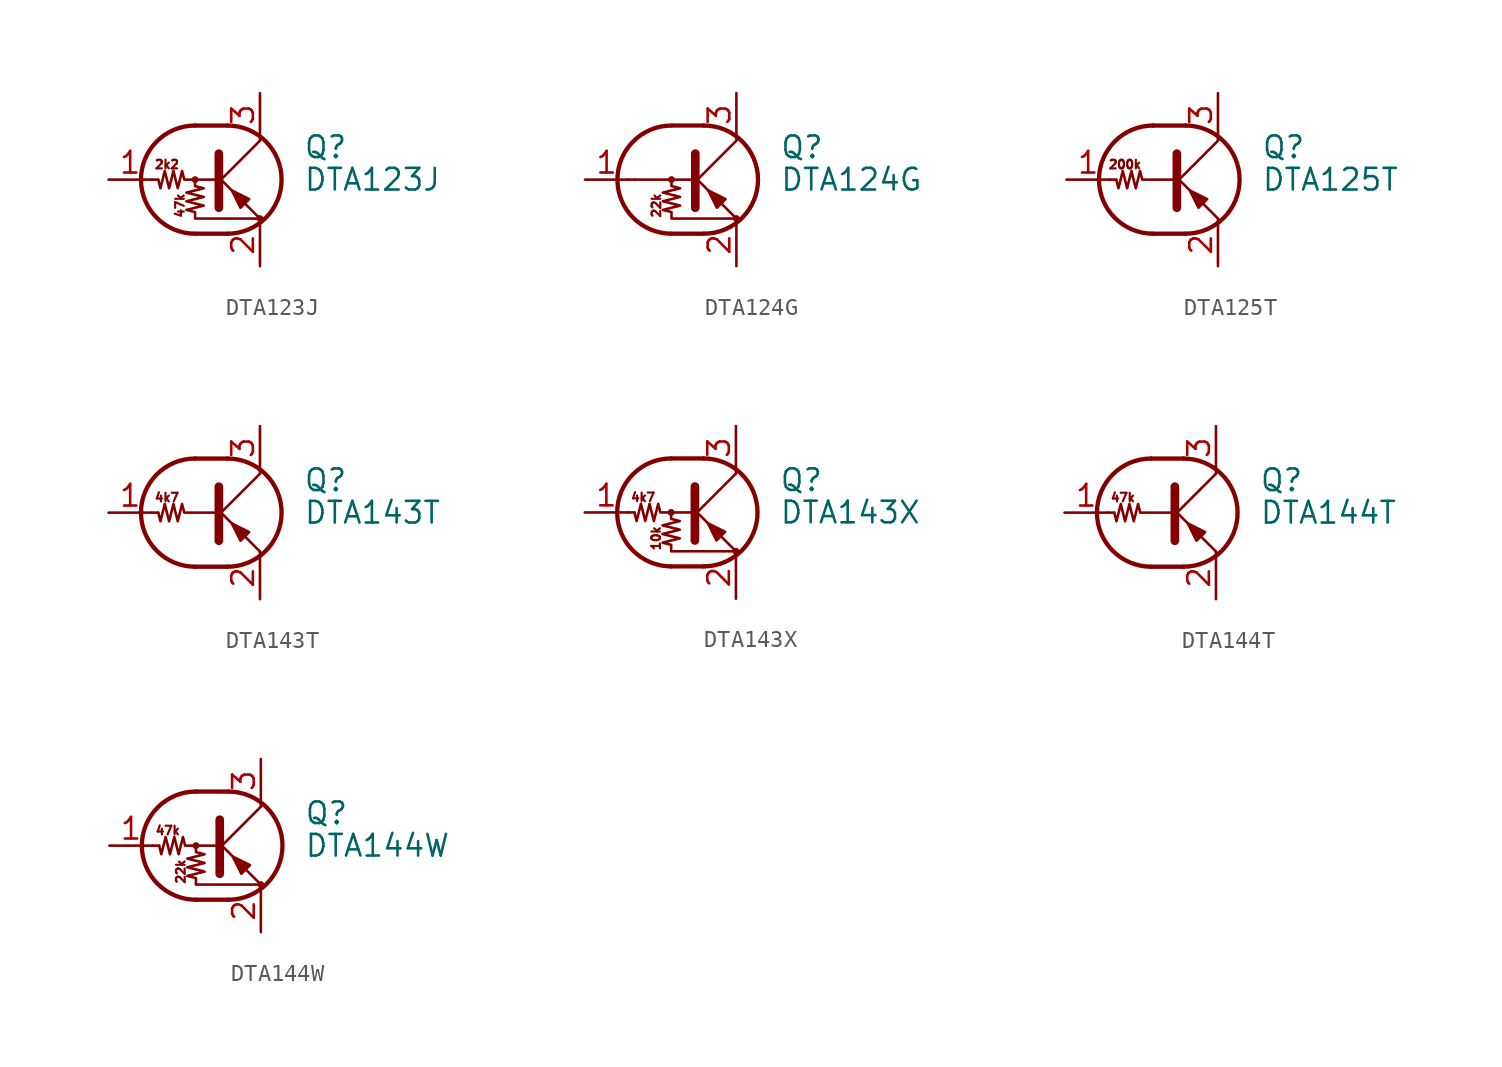
<source format=kicad_sym>
(kicad_symbol_lib
  (version 20220914)
  (generator kicad_symbol_editor)
  (symbol "DTA123J"
    (pin_names
      (offset 0) hide)
    (property "Reference" "Q"
      (at 5.08 1.905 0)
      (effects (font (size 1.27 1.27)) (justify left)))
    (property "Value" "DTA123J"
      (at 5.08 0 0)
      (effects (font (size 1.27 1.27)) (justify left)))
    (symbol "DTA123J_0_0"
      (text "2k2" (at -2.921 0.889 0) (effects (font (size 0.508 0.508))))
      (text "47k" (at -2.159 -1.524 900) (effects (font (size 0.508 0.508)))))
    (symbol "DTA123J_0_1"
      (circle (center -1.27 0) (radius 0.127) (stroke (width 0) (type default)) (fill (type none)))
      (arc (start -1.27 3.175) (mid -4.4312 0) (end -1.27 -3.175) (stroke (width 0.254) (type default)) (fill (type none)))
      (polyline (pts (xy -3.429 0) (xy -3.81 0)) (stroke (width 0) (type default)) (fill (type none)))
      (polyline (pts (xy -1.27 -3.175) (xy 0.635 -3.175)) (stroke (width 0.254) (type default)) (fill (type none)))
      (polyline (pts (xy -1.27 3.175) (xy 0.635 3.175)) (stroke (width 0.254) (type default)) (fill (type none)))
      (polyline (pts (xy 0 -0.254) (xy 2.54 2.286)) (stroke (width 0) (type default)) (fill (type none)))
      (polyline (pts (xy 0.127 1.524) (xy 0.127 -1.651)) (stroke (width 0.508) (type default)) (fill (type outline)))
      (polyline (pts (xy 2.54 2.286) (xy 2.54 2.54)) (stroke (width 0) (type default)) (fill (type none)))
      (polyline (pts (xy 2.54 -2.286) (xy 0 0.254) (xy 0 0.254)) (stroke (width 0) (type default)) (fill (type none)))
      (polyline (pts (xy 1.397 -1.651) (xy 1.905 -1.143) (xy 0.889 -0.635) (xy 1.397 -1.651)) (stroke (width 0) (type default)) (fill (type outline)))
      (polyline (pts (xy 0 0) (xy -1.905 0) (xy -2.032 0.508) (xy -2.286 -0.508) (xy -2.54 0.508) (xy -2.794 -0.508) (xy -3.048 0.508) (xy -3.302 -0.508) (xy -3.429 0)) (stroke (width 0) (type default)) (fill (type none)))
      (polyline (pts (xy -1.27 0) (xy -1.27 -0.381) (xy -0.762 -0.508) (xy -1.778 -0.762) (xy -0.762 -1.016) (xy -1.778 -1.27) (xy -0.762 -1.524) (xy -1.778 -1.778) (xy -1.27 -1.905) (xy -1.27 -2.286) (xy 2.54 -2.286)) (stroke (width 0) (type default)) (fill (type none)))
      (arc (start 0.635 -3.175) (mid 3.7962 0) (end 0.635 3.175) (stroke (width 0.254) (type default)) (fill (type none)))
      (circle (center 2.54 -2.286) (radius 0.127) (stroke (width 0) (type default)) (fill (type none))))
    (symbol "DTA123J_1_1"
      (pin input line (at -6.35 0 0) (length 2.54) (name "B" (effects (font (size 1.27 1.27)))) (number "1" (effects (font (size 1.27 1.27)))))
      (pin passive line (at 2.54 -5.08 90) (length 2.54) (name "E" (effects (font (size 1.27 1.27)))) (number "2" (effects (font (size 1.27 1.27)))))
      (pin passive line (at 2.54 5.08 270) (length 2.54) (name "C" (effects (font (size 1.27 1.27)))) (number "3" (effects (font (size 1.27 1.27)))))))
  (symbol "DTA124G"
    (pin_names
      (offset 0) hide)
    (property "Reference" "Q"
      (at 5.08 1.905 0)
      (effects (font (size 1.27 1.27)) (justify left)))
    (property "Value" "DTA124G"
      (at 5.08 0 0)
      (effects (font (size 1.27 1.27)) (justify left)))
    (symbol "DTA124G_0_0"
      (polyline (pts (xy -3.429 0) (xy 0 0)) (stroke (width 0) (type default)) (fill (type none)))
      (text "22k" (at -2.159 -1.524 900) (effects (font (size 0.508 0.508)))))
    (symbol "DTA124G_0_1"
      (circle (center -1.27 0) (radius 0.127) (stroke (width 0) (type default)) (fill (type none)))
      (arc (start -1.27 3.175) (mid -4.4312 0) (end -1.27 -3.175) (stroke (width 0.254) (type default)) (fill (type none)))
      (polyline (pts (xy -3.429 0) (xy -3.81 0)) (stroke (width 0) (type default)) (fill (type none)))
      (polyline (pts (xy -1.27 -3.175) (xy 0.635 -3.175)) (stroke (width 0.254) (type default)) (fill (type none)))
      (polyline (pts (xy -1.27 3.175) (xy 0.635 3.175)) (stroke (width 0.254) (type default)) (fill (type none)))
      (polyline (pts (xy 0 -0.254) (xy 2.54 2.286)) (stroke (width 0) (type default)) (fill (type none)))
      (polyline (pts (xy 0.127 1.524) (xy 0.127 -1.651)) (stroke (width 0.508) (type default)) (fill (type outline)))
      (polyline (pts (xy 2.54 2.286) (xy 2.54 2.54)) (stroke (width 0) (type default)) (fill (type none)))
      (polyline (pts (xy 2.54 -2.286) (xy 0 0.254) (xy 0 0.254)) (stroke (width 0) (type default)) (fill (type none)))
      (polyline (pts (xy 1.397 -1.651) (xy 1.905 -1.143) (xy 0.889 -0.635) (xy 1.397 -1.651)) (stroke (width 0) (type default)) (fill (type outline)))
      (polyline (pts (xy -1.27 0) (xy -1.27 -0.381) (xy -0.762 -0.508) (xy -1.778 -0.762) (xy -0.762 -1.016) (xy -1.778 -1.27) (xy -0.762 -1.524) (xy -1.778 -1.778) (xy -1.27 -1.905) (xy -1.27 -2.286) (xy 2.54 -2.286)) (stroke (width 0) (type default)) (fill (type none)))
      (arc (start 0.635 -3.175) (mid 3.7962 0) (end 0.635 3.175) (stroke (width 0.254) (type default)) (fill (type none)))
      (circle (center 2.54 -2.286) (radius 0.127) (stroke (width 0) (type default)) (fill (type none))))
    (symbol "DTA124G_1_1"
      (pin input line (at -6.35 0 0) (length 2.54) (name "B" (effects (font (size 1.27 1.27)))) (number "1" (effects (font (size 1.27 1.27)))))
      (pin passive line (at 2.54 -5.08 90) (length 2.54) (name "E" (effects (font (size 1.27 1.27)))) (number "2" (effects (font (size 1.27 1.27)))))
      (pin passive line (at 2.54 5.08 270) (length 2.54) (name "C" (effects (font (size 1.27 1.27)))) (number "3" (effects (font (size 1.27 1.27)))))))
  (symbol "DTA125T"
    (pin_names
      (offset 0) hide)
    (property "Reference" "Q"
      (at 5.08 1.905 0)
      (effects (font (size 1.27 1.27)) (justify left)))
    (property "Value" "DTA125T"
      (at 5.08 0 0)
      (effects (font (size 1.27 1.27)) (justify left)))
    (symbol "DTA125T_0_0"
      (polyline (pts (xy 2.54 -2.286) (xy 2.54 -2.54)) (stroke (width 0) (type default)) (fill (type none)))
      (text "200k" (at -2.921 0.889 0) (effects (font (size 0.508 0.508)))))
    (symbol "DTA125T_0_1"
      (arc (start -1.27 3.175) (mid -4.4312 0) (end -1.27 -3.175) (stroke (width 0.254) (type default)) (fill (type none)))
      (polyline (pts (xy -3.429 0) (xy -3.81 0)) (stroke (width 0) (type default)) (fill (type none)))
      (polyline (pts (xy -1.27 -3.175) (xy 0.635 -3.175)) (stroke (width 0.254) (type default)) (fill (type none)))
      (polyline (pts (xy -1.27 3.175) (xy 0.635 3.175)) (stroke (width 0.254) (type default)) (fill (type none)))
      (polyline (pts (xy 0 -0.254) (xy 2.54 2.286)) (stroke (width 0) (type default)) (fill (type none)))
      (polyline (pts (xy 0.127 1.524) (xy 0.127 -1.651)) (stroke (width 0.508) (type default)) (fill (type outline)))
      (polyline (pts (xy 2.54 2.286) (xy 2.54 2.54)) (stroke (width 0) (type default)) (fill (type none)))
      (polyline (pts (xy 2.54 -2.286) (xy 0 0.254) (xy 0 0.254)) (stroke (width 0) (type default)) (fill (type none)))
      (polyline (pts (xy 1.397 -1.651) (xy 1.905 -1.143) (xy 0.889 -0.635) (xy 1.397 -1.651)) (stroke (width 0) (type default)) (fill (type outline)))
      (polyline (pts (xy 0 0) (xy -1.905 0) (xy -2.032 0.508) (xy -2.286 -0.508) (xy -2.54 0.508) (xy -2.794 -0.508) (xy -3.048 0.508) (xy -3.302 -0.508) (xy -3.429 0)) (stroke (width 0) (type default)) (fill (type none)))
      (arc (start 0.635 -3.175) (mid 3.7962 0) (end 0.635 3.175) (stroke (width 0.254) (type default)) (fill (type none))))
    (symbol "DTA125T_1_1"
      (pin input line (at -6.35 0 0) (length 2.54) (name "B" (effects (font (size 1.27 1.27)))) (number "1" (effects (font (size 1.27 1.27)))))
      (pin passive line (at 2.54 -5.08 90) (length 2.54) (name "E" (effects (font (size 1.27 1.27)))) (number "2" (effects (font (size 1.27 1.27)))))
      (pin passive line (at 2.54 5.08 270) (length 2.54) (name "C" (effects (font (size 1.27 1.27)))) (number "3" (effects (font (size 1.27 1.27)))))))
  (symbol "DTA143T"
    (pin_names
      (offset 0) hide)
    (property "Reference" "Q"
      (at 5.08 1.905 0)
      (effects (font (size 1.27 1.27)) (justify left)))
    (property "Value" "DTA143T"
      (at 5.08 0 0)
      (effects (font (size 1.27 1.27)) (justify left)))
    (symbol "DTA143T_0_0"
      (polyline (pts (xy 2.54 -2.286) (xy 2.54 -2.54)) (stroke (width 0) (type default)) (fill (type none)))
      (text "4k7" (at -2.921 0.889 0) (effects (font (size 0.508 0.508)))))
    (symbol "DTA143T_0_1"
      (arc (start -1.27 3.175) (mid -4.4312 0) (end -1.27 -3.175) (stroke (width 0.254) (type default)) (fill (type none)))
      (polyline (pts (xy -3.429 0) (xy -3.81 0)) (stroke (width 0) (type default)) (fill (type none)))
      (polyline (pts (xy -1.27 -3.175) (xy 0.635 -3.175)) (stroke (width 0.254) (type default)) (fill (type none)))
      (polyline (pts (xy -1.27 3.175) (xy 0.635 3.175)) (stroke (width 0.254) (type default)) (fill (type none)))
      (polyline (pts (xy 0 -0.254) (xy 2.54 2.286)) (stroke (width 0) (type default)) (fill (type none)))
      (polyline (pts (xy 0.127 1.524) (xy 0.127 -1.651)) (stroke (width 0.508) (type default)) (fill (type outline)))
      (polyline (pts (xy 2.54 2.286) (xy 2.54 2.54)) (stroke (width 0) (type default)) (fill (type none)))
      (polyline (pts (xy 2.54 -2.286) (xy 0 0.254) (xy 0 0.254)) (stroke (width 0) (type default)) (fill (type none)))
      (polyline (pts (xy 1.397 -1.651) (xy 1.905 -1.143) (xy 0.889 -0.635) (xy 1.397 -1.651)) (stroke (width 0) (type default)) (fill (type outline)))
      (polyline (pts (xy 0 0) (xy -1.905 0) (xy -2.032 0.508) (xy -2.286 -0.508) (xy -2.54 0.508) (xy -2.794 -0.508) (xy -3.048 0.508) (xy -3.302 -0.508) (xy -3.429 0)) (stroke (width 0) (type default)) (fill (type none)))
      (arc (start 0.635 -3.175) (mid 3.7962 0) (end 0.635 3.175) (stroke (width 0.254) (type default)) (fill (type none))))
    (symbol "DTA143T_1_1"
      (pin input line (at -6.35 0 0) (length 2.54) (name "B" (effects (font (size 1.27 1.27)))) (number "1" (effects (font (size 1.27 1.27)))))
      (pin passive line (at 2.54 -5.08 90) (length 2.54) (name "E" (effects (font (size 1.27 1.27)))) (number "2" (effects (font (size 1.27 1.27)))))
      (pin passive line (at 2.54 5.08 270) (length 2.54) (name "C" (effects (font (size 1.27 1.27)))) (number "3" (effects (font (size 1.27 1.27)))))))
  (symbol "DTA143X"
    (pin_names
      (offset 0) hide)
    (property "Reference" "Q"
      (at 5.08 1.905 0)
      (effects (font (size 1.27 1.27)) (justify left)))
    (property "Value" "DTA143X"
      (at 5.08 0 0)
      (effects (font (size 1.27 1.27)) (justify left)))
    (symbol "DTA143X_0_0"
      (text "10k" (at -2.159 -1.524 900) (effects (font (size 0.508 0.508))))
      (text "4k7" (at -2.921 0.889 0) (effects (font (size 0.508 0.508)))))
    (symbol "DTA143X_0_1"
      (circle (center -1.27 0) (radius 0.127) (stroke (width 0) (type default)) (fill (type none)))
      (arc (start -1.27 3.175) (mid -4.4312 0) (end -1.27 -3.175) (stroke (width 0.254) (type default)) (fill (type none)))
      (polyline (pts (xy -3.429 0) (xy -3.81 0)) (stroke (width 0) (type default)) (fill (type none)))
      (polyline (pts (xy -1.27 -3.175) (xy 0.635 -3.175)) (stroke (width 0.254) (type default)) (fill (type none)))
      (polyline (pts (xy -1.27 3.175) (xy 0.635 3.175)) (stroke (width 0.254) (type default)) (fill (type none)))
      (polyline (pts (xy 0 -0.254) (xy 2.54 2.286)) (stroke (width 0) (type default)) (fill (type none)))
      (polyline (pts (xy 0.127 1.524) (xy 0.127 -1.651)) (stroke (width 0.508) (type default)) (fill (type outline)))
      (polyline (pts (xy 2.54 2.286) (xy 2.54 2.54)) (stroke (width 0) (type default)) (fill (type none)))
      (polyline (pts (xy 2.54 -2.286) (xy 0 0.254) (xy 0 0.254)) (stroke (width 0) (type default)) (fill (type none)))
      (polyline (pts (xy 1.397 -1.651) (xy 1.905 -1.143) (xy 0.889 -0.635) (xy 1.397 -1.651)) (stroke (width 0) (type default)) (fill (type outline)))
      (polyline (pts (xy 0 0) (xy -1.905 0) (xy -2.032 0.508) (xy -2.286 -0.508) (xy -2.54 0.508) (xy -2.794 -0.508) (xy -3.048 0.508) (xy -3.302 -0.508) (xy -3.429 0)) (stroke (width 0) (type default)) (fill (type none)))
      (polyline (pts (xy -1.27 0) (xy -1.27 -0.381) (xy -0.762 -0.508) (xy -1.778 -0.762) (xy -0.762 -1.016) (xy -1.778 -1.27) (xy -0.762 -1.524) (xy -1.778 -1.778) (xy -1.27 -1.905) (xy -1.27 -2.286) (xy 2.54 -2.286)) (stroke (width 0) (type default)) (fill (type none)))
      (arc (start 0.635 -3.175) (mid 3.7962 0) (end 0.635 3.175) (stroke (width 0.254) (type default)) (fill (type none)))
      (circle (center 2.54 -2.286) (radius 0.127) (stroke (width 0) (type default)) (fill (type none))))
    (symbol "DTA143X_1_1"
      (pin input line (at -6.35 0 0) (length 2.54) (name "B" (effects (font (size 1.27 1.27)))) (number "1" (effects (font (size 1.27 1.27)))))
      (pin passive line (at 2.54 -5.08 90) (length 2.54) (name "E" (effects (font (size 1.27 1.27)))) (number "2" (effects (font (size 1.27 1.27)))))
      (pin passive line (at 2.54 5.08 270) (length 2.54) (name "C" (effects (font (size 1.27 1.27)))) (number "3" (effects (font (size 1.27 1.27)))))))
  (symbol "DTA144T"
    (pin_names
      (offset 0) hide)
    (property "Reference" "Q"
      (at 5.08 1.905 0)
      (effects (font (size 1.27 1.27)) (justify left)))
    (property "Value" "DTA144T"
      (at 5.08 0 0)
      (effects (font (size 1.27 1.27)) (justify left)))
    (symbol "DTA144T_0_0"
      (polyline (pts (xy 2.54 -2.286) (xy 2.54 -2.54)) (stroke (width 0) (type default)) (fill (type none)))
      (text "47k" (at -2.921 0.889 0) (effects (font (size 0.508 0.508)))))
    (symbol "DTA144T_0_1"
      (arc (start -1.27 3.175) (mid -4.4312 0) (end -1.27 -3.175) (stroke (width 0.254) (type default)) (fill (type none)))
      (polyline (pts (xy -3.429 0) (xy -3.81 0)) (stroke (width 0) (type default)) (fill (type none)))
      (polyline (pts (xy -1.27 -3.175) (xy 0.635 -3.175)) (stroke (width 0.254) (type default)) (fill (type none)))
      (polyline (pts (xy -1.27 3.175) (xy 0.635 3.175)) (stroke (width 0.254) (type default)) (fill (type none)))
      (polyline (pts (xy 0 -0.254) (xy 2.54 2.286)) (stroke (width 0) (type default)) (fill (type none)))
      (polyline (pts (xy 0.127 1.524) (xy 0.127 -1.651)) (stroke (width 0.508) (type default)) (fill (type outline)))
      (polyline (pts (xy 2.54 2.286) (xy 2.54 2.54)) (stroke (width 0) (type default)) (fill (type none)))
      (polyline (pts (xy 2.54 -2.286) (xy 0 0.254) (xy 0 0.254)) (stroke (width 0) (type default)) (fill (type none)))
      (polyline (pts (xy 1.397 -1.651) (xy 1.905 -1.143) (xy 0.889 -0.635) (xy 1.397 -1.651)) (stroke (width 0) (type default)) (fill (type outline)))
      (polyline (pts (xy 0 0) (xy -1.905 0) (xy -2.032 0.508) (xy -2.286 -0.508) (xy -2.54 0.508) (xy -2.794 -0.508) (xy -3.048 0.508) (xy -3.302 -0.508) (xy -3.429 0)) (stroke (width 0) (type default)) (fill (type none)))
      (arc (start 0.635 -3.175) (mid 3.7962 0) (end 0.635 3.175) (stroke (width 0.254) (type default)) (fill (type none))))
    (symbol "DTA144T_1_1"
      (pin input line (at -6.35 0 0) (length 2.54) (name "B" (effects (font (size 1.27 1.27)))) (number "1" (effects (font (size 1.27 1.27)))))
      (pin passive line (at 2.54 -5.08 90) (length 2.54) (name "E" (effects (font (size 1.27 1.27)))) (number "2" (effects (font (size 1.27 1.27)))))
      (pin passive line (at 2.54 5.08 270) (length 2.54) (name "C" (effects (font (size 1.27 1.27)))) (number "3" (effects (font (size 1.27 1.27)))))))
  (symbol "DTA144W"
    (pin_names
      (offset 0) hide)
    (property "Reference" "Q"
      (at 5.08 1.905 0)
      (effects (font (size 1.27 1.27)) (justify left)))
    (property "Value" "DTA144W"
      (at 5.08 0 0)
      (effects (font (size 1.27 1.27)) (justify left)))
    (symbol "DTA144W_0_0"
      (text "22k" (at -2.159 -1.524 900) (effects (font (size 0.508 0.508))))
      (text "47k" (at -2.921 0.889 0) (effects (font (size 0.508 0.508)))))
    (symbol "DTA144W_0_1"
      (circle (center -1.27 0) (radius 0.127) (stroke (width 0) (type default)) (fill (type none)))
      (arc (start -1.27 3.175) (mid -4.4312 0) (end -1.27 -3.175) (stroke (width 0.254) (type default)) (fill (type none)))
      (polyline (pts (xy -3.429 0) (xy -3.81 0)) (stroke (width 0) (type default)) (fill (type none)))
      (polyline (pts (xy -1.27 -3.175) (xy 0.635 -3.175)) (stroke (width 0.254) (type default)) (fill (type none)))
      (polyline (pts (xy -1.27 3.175) (xy 0.635 3.175)) (stroke (width 0.254) (type default)) (fill (type none)))
      (polyline (pts (xy 0 -0.254) (xy 2.54 2.286)) (stroke (width 0) (type default)) (fill (type none)))
      (polyline (pts (xy 0.127 1.524) (xy 0.127 -1.651)) (stroke (width 0.508) (type default)) (fill (type outline)))
      (polyline (pts (xy 2.54 2.286) (xy 2.54 2.54)) (stroke (width 0) (type default)) (fill (type none)))
      (polyline (pts (xy 2.54 -2.286) (xy 0 0.254) (xy 0 0.254)) (stroke (width 0) (type default)) (fill (type none)))
      (polyline (pts (xy 1.397 -1.651) (xy 1.905 -1.143) (xy 0.889 -0.635) (xy 1.397 -1.651)) (stroke (width 0) (type default)) (fill (type outline)))
      (polyline (pts (xy 0 0) (xy -1.905 0) (xy -2.032 0.508) (xy -2.286 -0.508) (xy -2.54 0.508) (xy -2.794 -0.508) (xy -3.048 0.508) (xy -3.302 -0.508) (xy -3.429 0)) (stroke (width 0) (type default)) (fill (type none)))
      (polyline (pts (xy -1.27 0) (xy -1.27 -0.381) (xy -0.762 -0.508) (xy -1.778 -0.762) (xy -0.762 -1.016) (xy -1.778 -1.27) (xy -0.762 -1.524) (xy -1.778 -1.778) (xy -1.27 -1.905) (xy -1.27 -2.286) (xy 2.54 -2.286)) (stroke (width 0) (type default)) (fill (type none)))
      (arc (start 0.635 -3.175) (mid 3.7962 0) (end 0.635 3.175) (stroke (width 0.254) (type default)) (fill (type none)))
      (circle (center 2.54 -2.286) (radius 0.127) (stroke (width 0) (type default)) (fill (type none))))
    (symbol "DTA144W_1_1"
      (pin input line (at -6.35 0 0) (length 2.54) (name "B" (effects (font (size 1.27 1.27)))) (number "1" (effects (font (size 1.27 1.27)))))
      (pin passive line (at 2.54 -5.08 90) (length 2.54) (name "E" (effects (font (size 1.27 1.27)))) (number "2" (effects (font (size 1.27 1.27)))))
      (pin passive line (at 2.54 5.08 270) (length 2.54) (name "C" (effects (font (size 1.27 1.27)))) (number "3" (effects (font (size 1.27 1.27))))))))
</source>
